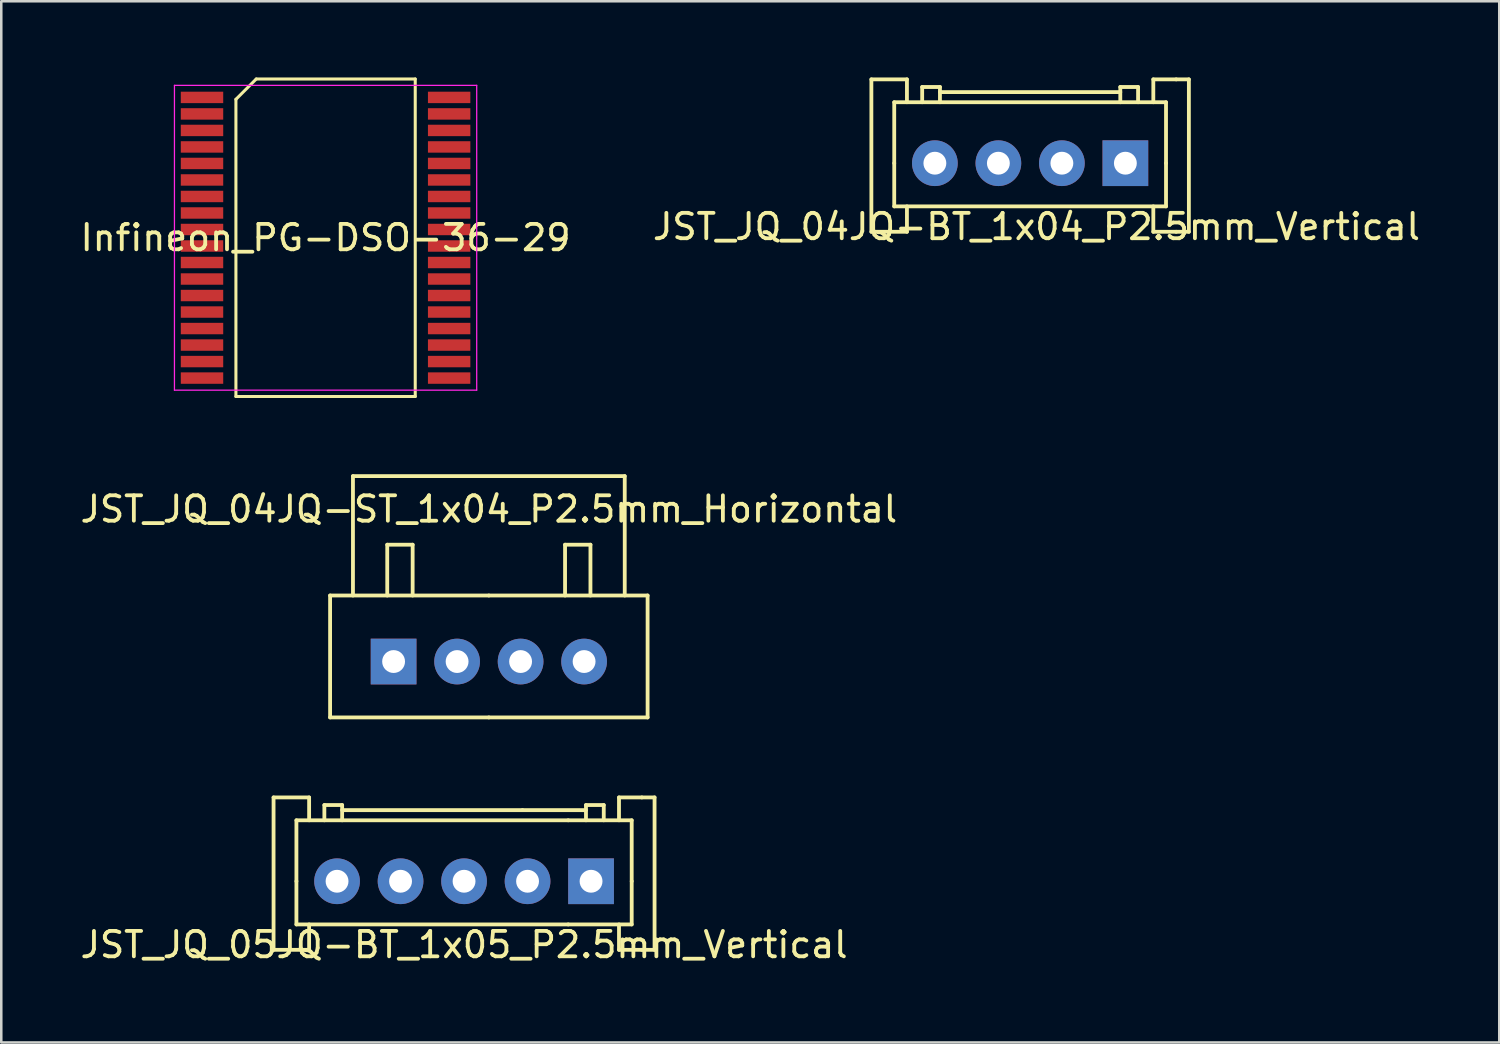
<source format=kicad_pcb>
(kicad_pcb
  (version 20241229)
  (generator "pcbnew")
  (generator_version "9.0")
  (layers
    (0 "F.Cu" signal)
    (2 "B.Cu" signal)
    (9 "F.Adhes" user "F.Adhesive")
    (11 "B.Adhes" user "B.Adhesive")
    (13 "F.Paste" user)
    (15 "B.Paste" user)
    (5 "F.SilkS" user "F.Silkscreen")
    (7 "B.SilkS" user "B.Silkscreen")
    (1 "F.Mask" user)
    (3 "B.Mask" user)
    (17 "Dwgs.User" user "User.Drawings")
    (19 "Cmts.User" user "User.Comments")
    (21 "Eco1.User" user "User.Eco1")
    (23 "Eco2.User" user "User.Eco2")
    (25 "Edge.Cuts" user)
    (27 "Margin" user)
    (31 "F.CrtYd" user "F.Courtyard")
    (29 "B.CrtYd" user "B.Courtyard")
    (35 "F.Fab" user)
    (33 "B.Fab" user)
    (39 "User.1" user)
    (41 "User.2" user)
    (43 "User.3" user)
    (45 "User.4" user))
  (footprint "JST_JQ_04JQ-BT_1x04_P2.5mm_Vertical"
    (layer "F.Cu")
    (at 41.256 3.375)
    (property "Reference" "JST_JQ_04JQ-BT_1x04_P2.5mm_Vertical" (at -3.5 2.5 0) (layer "F.SilkS") (effects (font (size 1 1) (thickness 0.15))))
    (attr through_hole)
    (fp_line (start -10 2.7) (end -10 -3.3) (stroke (width 0.15) (type solid)) (layer "F.SilkS"))
    (fp_line (start -9.1 -2.4) (end 1.6 -2.4) (stroke (width 0.15) (type solid)) (layer "F.SilkS"))
    (fp_line (start -9.1 0) (end -9.1 -2.4) (stroke (width 0.15) (type solid)) (layer "F.SilkS"))
    (fp_line (start -9.1 0) (end -9.1 1.7) (stroke (width 0.15) (type solid)) (layer "F.SilkS"))
    (fp_line (start -8.6 -3.3) (end -10 -3.3) (stroke (width 0.15) (type solid)) (layer "F.SilkS"))
    (fp_line (start -8.6 -2.4) (end -8.6 -3.3) (stroke (width 0.15) (type solid)) (layer "F.SilkS"))
    (fp_line (start -8.6 1.7) (end -8.6 2.7) (stroke (width 0.15) (type solid)) (layer "F.SilkS"))
    (fp_line (start -8.6 2.7) (end -10 2.7) (stroke (width 0.15) (type solid)) (layer "F.SilkS"))
    (fp_line (start -8 -3) (end -7.3 -3) (stroke (width 0.15) (type solid)) (layer "F.SilkS"))
    (fp_line (start -8 -2.4) (end -8 -3) (stroke (width 0.15) (type solid)) (layer "F.SilkS"))
    (fp_line (start -7.3 -3) (end -7.3 -2.4) (stroke (width 0.15) (type solid)) (layer "F.SilkS"))
    (fp_line (start -0.2 -3) (end -0.2 -2.4) (stroke (width 0.15) (type solid)) (layer "F.SilkS"))
    (fp_line (start -0.2 -2.8) (end -7.3 -2.8) (stroke (width 0.15) (type solid)) (layer "F.SilkS"))
    (fp_line (start 0.5 -3) (end -0.2 -3) (stroke (width 0.15) (type solid)) (layer "F.SilkS"))
    (fp_line (start 0.5 -2.4) (end 0.5 -3) (stroke (width 0.15) (type solid)) (layer "F.SilkS"))
    (fp_line (start 1.1 -3.3) (end 1.1 -2.4) (stroke (width 0.15) (type solid)) (layer "F.SilkS"))
    (fp_line (start 1.1 1.7) (end 1.1 2.7) (stroke (width 0.15) (type solid)) (layer "F.SilkS"))
    (fp_line (start 1.6 0) (end 1.6 -2.4) (stroke (width 0.15) (type solid)) (layer "F.SilkS"))
    (fp_line (start 1.6 0) (end 1.6 1.7) (stroke (width 0.15) (type solid)) (layer "F.SilkS"))
    (fp_line (start 1.6 1.7) (end -9.1 1.7) (stroke (width 0.15) (type solid)) (layer "F.SilkS"))
    (fp_line (start 2 -3.3) (end 1.1 -3.3) (stroke (width 0.15) (type solid)) (layer "F.SilkS"))
    (fp_line (start 2 -3.3) (end 2.5 -3.3) (stroke (width 0.15) (type solid)) (layer "F.SilkS"))
    (fp_line (start 2 2.7) (end 1.1 2.7) (stroke (width 0.15) (type solid)) (layer "F.SilkS"))
    (fp_line (start 2.5 -3.3) (end 2.5 2.7) (stroke (width 0.15) (type solid)) (layer "F.SilkS"))
    (fp_line (start 2.5 2.7) (end 2 2.7) (stroke (width 0.15) (type solid)) (layer "F.SilkS"))
    (pad "1" thru_hole rect (at 0 0) (size 1.8 1.8) (drill 0.9) (layers "*.Cu" "*.Mask"))
    (pad "2" thru_hole circle (at -2.5 0) (size 1.8 1.8) (drill 0.9) (layers "*.Cu" "*.Mask"))
    (pad "3" thru_hole circle (at -5 0) (size 1.8 1.8) (drill 0.9) (layers "*.Cu" "*.Mask"))
    (pad "4" thru_hole circle (at -7.5 0) (size 1.8 1.8) (drill 0.9) (layers "*.Cu" "*.Mask")))
  (footprint "JST_JQ_04JQ-ST_1x04_P2.5mm_Horizontal"
    (layer "F.Cu")
    (at 12.446 22.995)
    (property "Reference" "JST_JQ_04JQ-ST_1x04_P2.5mm_Horizontal" (at 3.75 -6 0) (layer "F.SilkS") (effects (font (size 1 1) (thickness 0.15))))
    (attr through_hole)
    (fp_line (start -2.5 -2.6) (end -2.5 2.2) (stroke (width 0.15) (type solid)) (layer "F.SilkS"))
    (fp_line (start -1.6 -2.6) (end -1.6 -7.3) (stroke (width 0.15) (type solid)) (layer "F.SilkS"))
    (fp_line (start -0.25 -4.6) (end 0.75 -4.6) (stroke (width 0.15) (type solid)) (layer "F.SilkS"))
    (fp_line (start -0.25 -2.6) (end -0.25 -4.6) (stroke (width 0.15) (type solid)) (layer "F.SilkS"))
    (fp_line (start 0.75 -4.6) (end 0.75 -2.6) (stroke (width 0.15) (type solid)) (layer "F.SilkS"))
    (fp_line (start 3.75 -2.6) (end -2.5 -2.6) (stroke (width 0.15) (type solid)) (layer "F.SilkS"))
    (fp_line (start 3.75 -2.6) (end 10 -2.6) (stroke (width 0.15) (type solid)) (layer "F.SilkS"))
    (fp_line (start 3.75 2.2) (end -2.5 2.2) (stroke (width 0.15) (type solid)) (layer "F.SilkS"))
    (fp_line (start 6.75 -4.6) (end 6.75 -2.6) (stroke (width 0.15) (type solid)) (layer "F.SilkS"))
    (fp_line (start 7.75 -4.6) (end 6.75 -4.6) (stroke (width 0.15) (type solid)) (layer "F.SilkS"))
    (fp_line (start 7.75 -2.6) (end 7.75 -4.6) (stroke (width 0.15) (type solid)) (layer "F.SilkS"))
    (fp_line (start 9.1 -7.3) (end -1.6 -7.3) (stroke (width 0.15) (type solid)) (layer "F.SilkS"))
    (fp_line (start 9.1 -2.6) (end 9.1 -7.3) (stroke (width 0.15) (type solid)) (layer "F.SilkS"))
    (fp_line (start 10 -2.6) (end 10 2.2) (stroke (width 0.15) (type solid)) (layer "F.SilkS"))
    (fp_line (start 10 2.2) (end 3.75 2.2) (stroke (width 0.15) (type solid)) (layer "F.SilkS"))
    (pad "1" thru_hole rect (at 0 0) (size 1.8 1.8) (drill 0.9) (layers "*.Cu" "*.Mask"))
    (pad "2" thru_hole circle (at 2.5 0) (size 1.8 1.8) (drill 0.9) (layers "*.Cu" "*.Mask"))
    (pad "3" thru_hole circle (at 5 0) (size 1.8 1.8) (drill 0.9) (layers "*.Cu" "*.Mask"))
    (pad "4" thru_hole circle (at 7.5 0) (size 1.8 1.8) (drill 0.9) (layers "*.Cu" "*.Mask")))
  (footprint "Infineon_PG-DSO-36-29"
    (layer "F.Cu")
    (at 9.768 6.31)
    (property "Reference" "Infineon_PG-DSO-36-29" (at 0 0 0) (layer "F.SilkS") (effects (font (size 1 1) (thickness 0.15))))
    (attr through_hole)
    (fp_line (start -3.53 -5.45) (end -2.73 -6.25) (stroke (width 0.12) (type solid)) (layer "F.SilkS"))
    (fp_line (start -3.53 6.25) (end -3.53 -5.45) (stroke (width 0.12) (type solid)) (layer "F.SilkS"))
    (fp_line (start -2.73 -6.25) (end 3.53 -6.25) (stroke (width 0.12) (type solid)) (layer "F.SilkS"))
    (fp_line (start 3.53 -6.25) (end 3.53 6.25) (stroke (width 0.12) (type solid)) (layer "F.SilkS"))
    (fp_line (start 3.53 6.25) (end -3.53 6.25) (stroke (width 0.12) (type solid)) (layer "F.SilkS"))
    (fp_line (start -5.95 -6) (end 5.95 -6) (stroke (width 0.05) (type solid)) (layer "F.CrtYd"))
    (fp_line (start -5.95 6) (end -5.95 -6) (stroke (width 0.05) (type solid)) (layer "F.CrtYd"))
    (fp_line (start 5.95 -6) (end 5.95 6) (stroke (width 0.05) (type solid)) (layer "F.CrtYd"))
    (fp_line (start 5.95 6) (end -5.95 6) (stroke (width 0.05) (type solid)) (layer "F.CrtYd"))
    (pad "1" smd rect (at -4.865 -5.525 270) (size 0.45 1.67) (layers "F.Cu" "F.Mask" "F.Paste"))
    (pad "2" smd rect (at -4.865 -4.875 270) (size 0.45 1.67) (layers "F.Cu" "F.Mask" "F.Paste"))
    (pad "3" smd rect (at -4.865 -4.225 270) (size 0.45 1.67) (layers "F.Cu" "F.Mask" "F.Paste"))
    (pad "4" smd rect (at -4.865 -3.575 270) (size 0.45 1.67) (layers "F.Cu" "F.Mask" "F.Paste"))
    (pad "5" smd rect (at -4.865 -2.925 270) (size 0.45 1.67) (layers "F.Cu" "F.Mask" "F.Paste"))
    (pad "6" smd rect (at -4.865 -2.275 270) (size 0.45 1.67) (layers "F.Cu" "F.Mask" "F.Paste"))
    (pad "7" smd rect (at -4.865 -1.625 270) (size 0.45 1.67) (layers "F.Cu" "F.Mask" "F.Paste"))
    (pad "8" smd rect (at -4.865 -0.975 270) (size 0.45 1.67) (layers "F.Cu" "F.Mask" "F.Paste"))
    (pad "9" smd rect (at -4.865 -0.325 270) (size 0.45 1.67) (layers "F.Cu" "F.Mask" "F.Paste"))
    (pad "10" smd rect (at -4.865 0.325 270) (size 0.45 1.67) (layers "F.Cu" "F.Mask" "F.Paste"))
    (pad "11" smd rect (at -4.865 0.975 270) (size 0.45 1.67) (layers "F.Cu" "F.Mask" "F.Paste"))
    (pad "12" smd rect (at -4.865 1.625 270) (size 0.45 1.67) (layers "F.Cu" "F.Mask" "F.Paste"))
    (pad "13" smd rect (at -4.865 2.275 270) (size 0.45 1.67) (layers "F.Cu" "F.Mask" "F.Paste"))
    (pad "14" smd rect (at -4.865 2.925 270) (size 0.45 1.67) (layers "F.Cu" "F.Mask" "F.Paste"))
    (pad "15" smd rect (at -4.865 3.575 270) (size 0.45 1.67) (layers "F.Cu" "F.Mask" "F.Paste"))
    (pad "16" smd rect (at -4.865 4.225 270) (size 0.45 1.67) (layers "F.Cu" "F.Mask" "F.Paste"))
    (pad "17" smd rect (at -4.865 4.875 270) (size 0.45 1.67) (layers "F.Cu" "F.Mask" "F.Paste"))
    (pad "18" smd rect (at -4.865 5.525 270) (size 0.45 1.67) (layers "F.Cu" "F.Mask" "F.Paste"))
    (pad "19" smd rect (at 4.865 5.525 270) (size 0.45 1.67) (layers "F.Cu" "F.Mask" "F.Paste"))
    (pad "20" smd rect (at 4.865 4.875 270) (size 0.45 1.67) (layers "F.Cu" "F.Mask" "F.Paste"))
    (pad "21" smd rect (at 4.865 4.225 270) (size 0.45 1.67) (layers "F.Cu" "F.Mask" "F.Paste"))
    (pad "22" smd rect (at 4.865 3.575 270) (size 0.45 1.67) (layers "F.Cu" "F.Mask" "F.Paste"))
    (pad "23" smd rect (at 4.865 2.925 270) (size 0.45 1.67) (layers "F.Cu" "F.Mask" "F.Paste"))
    (pad "24" smd rect (at 4.865 2.275 270) (size 0.45 1.67) (layers "F.Cu" "F.Mask" "F.Paste"))
    (pad "25" smd rect (at 4.865 1.625 270) (size 0.45 1.67) (layers "F.Cu" "F.Mask" "F.Paste"))
    (pad "26" smd rect (at 4.865 0.975 270) (size 0.45 1.67) (layers "F.Cu" "F.Mask" "F.Paste"))
    (pad "27" smd rect (at 4.865 0.325 270) (size 0.45 1.67) (layers "F.Cu" "F.Mask" "F.Paste"))
    (pad "28" smd rect (at 4.865 -0.325 270) (size 0.45 1.67) (layers "F.Cu" "F.Mask" "F.Paste"))
    (pad "29" smd rect (at 4.865 -0.975 270) (size 0.45 1.67) (layers "F.Cu" "F.Mask" "F.Paste"))
    (pad "30" smd rect (at 4.865 -1.625 270) (size 0.45 1.67) (layers "F.Cu" "F.Mask" "F.Paste"))
    (pad "31" smd rect (at 4.865 -2.275 270) (size 0.45 1.67) (layers "F.Cu" "F.Mask" "F.Paste"))
    (pad "32" smd rect (at 4.865 -2.925 270) (size 0.45 1.67) (layers "F.Cu" "F.Mask" "F.Paste"))
    (pad "33" smd rect (at 4.865 -3.575 270) (size 0.45 1.67) (layers "F.Cu" "F.Mask" "F.Paste"))
    (pad "34" smd rect (at 4.865 -4.225 270) (size 0.45 1.67) (layers "F.Cu" "F.Mask" "F.Paste"))
    (pad "35" smd rect (at 4.865 -4.875 270) (size 0.45 1.67) (layers "F.Cu" "F.Mask" "F.Paste"))
    (pad "36" smd rect (at 4.865 -5.525 270) (size 0.45 1.67) (layers "F.Cu" "F.Mask" "F.Paste")))
  (footprint "JST_JQ_05JQ-BT_1x05_P2.5mm_Vertical"
    (layer "F.Cu")
    (at 20.22 31.645)
    (property "Reference" "JST_JQ_05JQ-BT_1x05_P2.5mm_Vertical" (at -5 2.5 0) (layer "F.SilkS") (effects (font (size 1 1) (thickness 0.15))))
    (attr through_hole)
    (fp_line (start -12.5 2.7) (end -12.5 -3.3) (stroke (width 0.15) (type solid)) (layer "F.SilkS"))
    (fp_line (start -11.6 -2.4) (end -0.9 -2.4) (stroke (width 0.15) (type solid)) (layer "F.SilkS"))
    (fp_line (start -11.6 0) (end -11.6 -2.4) (stroke (width 0.15) (type solid)) (layer "F.SilkS"))
    (fp_line (start -11.6 0) (end -11.6 1.7) (stroke (width 0.15) (type solid)) (layer "F.SilkS"))
    (fp_line (start -11.1 -3.3) (end -12.5 -3.3) (stroke (width 0.15) (type solid)) (layer "F.SilkS"))
    (fp_line (start -11.1 -2.4) (end -11.1 -3.3) (stroke (width 0.15) (type solid)) (layer "F.SilkS"))
    (fp_line (start -11.1 1.7) (end -11.1 2.7) (stroke (width 0.15) (type solid)) (layer "F.SilkS"))
    (fp_line (start -11.1 2.7) (end -12.5 2.7) (stroke (width 0.15) (type solid)) (layer "F.SilkS"))
    (fp_line (start -10.5 -3) (end -9.8 -3) (stroke (width 0.15) (type solid)) (layer "F.SilkS"))
    (fp_line (start -10.5 -2.4) (end -10.5 -3) (stroke (width 0.15) (type solid)) (layer "F.SilkS"))
    (fp_line (start -9.8 -3) (end -9.8 -2.4) (stroke (width 0.15) (type solid)) (layer "F.SilkS"))
    (fp_line (start -2.7 -2.8) (end -9.8 -2.8) (stroke (width 0.15) (type solid)) (layer "F.SilkS"))
    (fp_line (start -2.7 -2.8) (end -0.2 -2.8) (stroke (width 0.15) (type solid)) (layer "F.SilkS"))
    (fp_line (start -0.9 1.7) (end -11.6 1.7) (stroke (width 0.15) (type solid)) (layer "F.SilkS"))
    (fp_line (start -0.2 -3) (end -0.2 -2.4) (stroke (width 0.15) (type solid)) (layer "F.SilkS"))
    (fp_line (start 0.5 -3) (end -0.2 -3) (stroke (width 0.15) (type solid)) (layer "F.SilkS"))
    (fp_line (start 0.5 -2.4) (end 0.5 -3) (stroke (width 0.15) (type solid)) (layer "F.SilkS"))
    (fp_line (start 1.1 -3.3) (end 1.1 -2.4) (stroke (width 0.15) (type solid)) (layer "F.SilkS"))
    (fp_line (start 1.1 1.7) (end 1.1 2.7) (stroke (width 0.15) (type solid)) (layer "F.SilkS"))
    (fp_line (start 1.6 -2.4) (end -0.9 -2.4) (stroke (width 0.15) (type solid)) (layer "F.SilkS"))
    (fp_line (start 1.6 0) (end 1.6 -2.4) (stroke (width 0.15) (type solid)) (layer "F.SilkS"))
    (fp_line (start 1.6 0) (end 1.6 1.7) (stroke (width 0.15) (type solid)) (layer "F.SilkS"))
    (fp_line (start 1.6 1.7) (end -0.9 1.7) (stroke (width 0.15) (type solid)) (layer "F.SilkS"))
    (fp_line (start 2 -3.3) (end 1.1 -3.3) (stroke (width 0.15) (type solid)) (layer "F.SilkS"))
    (fp_line (start 2 -3.3) (end 2.5 -3.3) (stroke (width 0.15) (type solid)) (layer "F.SilkS"))
    (fp_line (start 2 2.7) (end 1.1 2.7) (stroke (width 0.15) (type solid)) (layer "F.SilkS"))
    (fp_line (start 2.5 -3.3) (end 2.5 2.7) (stroke (width 0.15) (type solid)) (layer "F.SilkS"))
    (fp_line (start 2.5 2.7) (end 2 2.7) (stroke (width 0.15) (type solid)) (layer "F.SilkS"))
    (pad "1" thru_hole rect (at 0 0) (size 1.8 1.8) (drill 0.9) (layers "*.Cu" "*.Mask"))
    (pad "2" thru_hole circle (at -2.5 0) (size 1.8 1.8) (drill 0.9) (layers "*.Cu" "*.Mask"))
    (pad "3" thru_hole circle (at -5 0) (size 1.8 1.8) (drill 0.9) (layers "*.Cu" "*.Mask"))
    (pad "4" thru_hole circle (at -7.5 0) (size 1.8 1.8) (drill 0.9) (layers "*.Cu" "*.Mask"))
    (pad "5" thru_hole circle (at -10 0) (size 1.8 1.8) (drill 0.9) (layers "*.Cu" "*.Mask")))
  (gr_rect
    (start -3 -3)
    (end 55.976 37.993)
    (stroke (width 0.1) (type default))
    (fill no)
    (layer "Edge.Cuts")))
</source>
